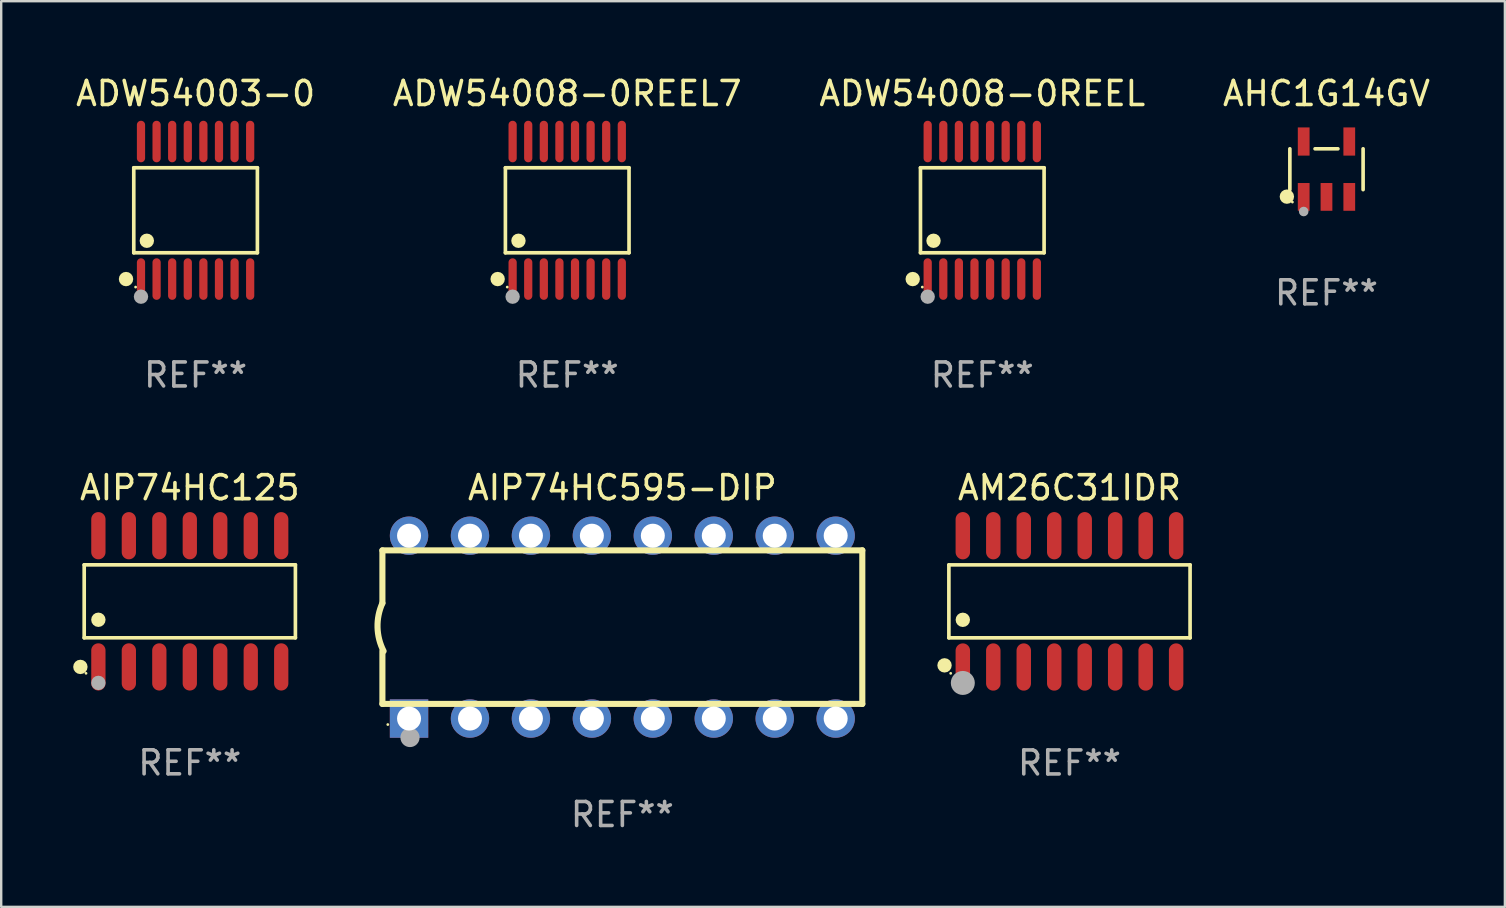
<source format=kicad_pcb>
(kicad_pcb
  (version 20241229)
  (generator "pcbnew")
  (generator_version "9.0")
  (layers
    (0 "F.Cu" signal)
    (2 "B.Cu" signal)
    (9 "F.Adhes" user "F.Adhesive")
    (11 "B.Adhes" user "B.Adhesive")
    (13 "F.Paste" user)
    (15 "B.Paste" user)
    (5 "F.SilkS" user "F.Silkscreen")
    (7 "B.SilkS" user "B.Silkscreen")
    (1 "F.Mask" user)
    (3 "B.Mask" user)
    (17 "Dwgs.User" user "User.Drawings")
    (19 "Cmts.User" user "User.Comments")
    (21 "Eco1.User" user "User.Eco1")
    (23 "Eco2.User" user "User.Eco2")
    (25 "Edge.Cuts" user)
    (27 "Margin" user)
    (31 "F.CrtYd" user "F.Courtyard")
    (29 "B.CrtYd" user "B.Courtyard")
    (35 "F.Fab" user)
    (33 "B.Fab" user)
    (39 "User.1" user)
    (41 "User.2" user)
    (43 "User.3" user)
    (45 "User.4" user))
  (footprint "AHC1G14GV"
    (layer "F.Cu")
    (at 52.232 4.002)
    (property "Reference" "AHC1G14GV" (at 0 -3.154 0) (layer "F.SilkS") (effects (font (size 1 1) (thickness 0.15))))
    (attr through_hole)
    (fp_line (start -1.526 0.851) (end -1.526 -0.851) (stroke (width 0.152) (type solid)) (layer "F.SilkS"))
    (fp_line (start 0.476 -0.851) (end -0.476 -0.851) (stroke (width 0.152) (type solid)) (layer "F.SilkS"))
    (fp_line (start 1.526 0.851) (end 1.526 -0.851) (stroke (width 0.152) (type solid)) (layer "F.SilkS"))
    (fp_circle (center -1.651 1.143) (end -1.501 1.143) (stroke (width 0.3) (type solid)) (fill no) (layer "F.SilkS"))
    (fp_circle (center -1.42 1.37) (end -1.39 1.37) (stroke (width 0.06) (type solid)) (fill no) (layer "F.SilkS"))
    (fp_circle (center -0.95 1.763) (end -0.85 1.763) (stroke (width 0.2) (type solid)) (fill no) (layer "F.Fab"))
    (fp_text user "REF**" (at 0 5.154 0) (layer "F.Fab") (effects (font (size 1 1) (thickness 0.15))))
    (pad "1" smd rect (at -0.95 1.154) (size 0.49 1.157) (layers "F.Cu" "F.Mask" "F.Paste"))
    (pad "2" smd rect (at 0 1.154) (size 0.49 1.157) (layers "F.Cu" "F.Mask" "F.Paste"))
    (pad "3" smd rect (at 0.95 1.154) (size 0.49 1.157) (layers "F.Cu" "F.Mask" "F.Paste"))
    (pad "4" smd rect (at 0.95 -1.154) (size 0.49 1.175) (layers "F.Cu" "F.Mask" "F.Paste"))
    (pad "5" smd rect (at -0.95 -1.154) (size 0.49 1.175) (layers "F.Cu" "F.Mask" "F.Paste")))
  (footprint "AM26C31IDR"
    (layer "F.Cu")
    (at 41.521 22.012)
    (property "Reference" "AM26C31IDR" (at 0 -4.736 0) (layer "F.SilkS") (effects (font (size 1 1) (thickness 0.15))))
    (attr through_hole)
    (fp_line (start -5.026 -1.521) (end 5.026 -1.521) (stroke (width 0.152) (type solid)) (layer "F.SilkS"))
    (fp_line (start -5.026 1.521) (end -5.026 -1.521) (stroke (width 0.152) (type solid)) (layer "F.SilkS"))
    (fp_line (start 5.026 -1.521) (end 5.026 1.521) (stroke (width 0.152) (type solid)) (layer "F.SilkS"))
    (fp_line (start 5.026 1.521) (end -5.026 1.521) (stroke (width 0.152) (type solid)) (layer "F.SilkS"))
    (fp_circle (center -5.207 2.667) (end -5.057 2.667) (stroke (width 0.3) (type solid)) (fill no) (layer "F.SilkS"))
    (fp_circle (center -4.95 3) (end -4.92 3) (stroke (width 0.06) (type solid)) (fill no) (layer "F.SilkS"))
    (fp_circle (center -4.445 0.769) (end -4.295 0.769) (stroke (width 0.3) (type solid)) (fill no) (layer "F.SilkS"))
    (fp_circle (center -4.445 3.4) (end -4.195 3.4) (stroke (width 0.5) (type solid)) (fill no) (layer "F.Fab"))
    (fp_text user "REF**" (at 0 6.736 0) (layer "F.Fab") (effects (font (size 1 1) (thickness 0.15))))
    (pad "1" smd oval (at -4.445 2.736) (size 0.602 1.971) (layers "F.Cu" "F.Mask" "F.Paste"))
    (pad "2" smd oval (at -3.175 2.736) (size 0.602 1.971) (layers "F.Cu" "F.Mask" "F.Paste"))
    (pad "3" smd oval (at -1.905 2.736) (size 0.602 1.971) (layers "F.Cu" "F.Mask" "F.Paste"))
    (pad "4" smd oval (at -0.635 2.736) (size 0.602 1.971) (layers "F.Cu" "F.Mask" "F.Paste"))
    (pad "5" smd oval (at 0.635 2.736) (size 0.602 1.971) (layers "F.Cu" "F.Mask" "F.Paste"))
    (pad "6" smd oval (at 1.905 2.736) (size 0.602 1.971) (layers "F.Cu" "F.Mask" "F.Paste"))
    (pad "7" smd oval (at 3.175 2.736) (size 0.602 1.971) (layers "F.Cu" "F.Mask" "F.Paste"))
    (pad "8" smd oval (at 4.445 2.736) (size 0.602 1.971) (layers "F.Cu" "F.Mask" "F.Paste"))
    (pad "9" smd oval (at 4.445 -2.736) (size 0.602 1.971) (layers "F.Cu" "F.Mask" "F.Paste"))
    (pad "10" smd oval (at 3.175 -2.736) (size 0.602 1.971) (layers "F.Cu" "F.Mask" "F.Paste"))
    (pad "11" smd oval (at 1.905 -2.736) (size 0.602 1.971) (layers "F.Cu" "F.Mask" "F.Paste"))
    (pad "12" smd oval (at 0.635 -2.736) (size 0.602 1.971) (layers "F.Cu" "F.Mask" "F.Paste"))
    (pad "13" smd oval (at -0.635 -2.736) (size 0.602 1.971) (layers "F.Cu" "F.Mask" "F.Paste"))
    (pad "14" smd oval (at -1.905 -2.736) (size 0.602 1.971) (layers "F.Cu" "F.Mask" "F.Paste"))
    (pad "15" smd oval (at -3.175 -2.736) (size 0.602 1.971) (layers "F.Cu" "F.Mask" "F.Paste"))
    (pad "16" smd oval (at -4.445 -2.736) (size 0.602 1.971) (layers "F.Cu" "F.Mask" "F.Paste")))
  (footprint "ADW54003-0"
    (layer "F.Cu")
    (at 5.101 5.714)
    (property "Reference" "ADW54003-0" (at 0 -4.866 0) (layer "F.SilkS") (effects (font (size 1 1) (thickness 0.15))))
    (attr through_hole)
    (fp_line (start -2.576 -1.772) (end 2.576 -1.772) (stroke (width 0.152) (type solid)) (layer "F.SilkS"))
    (fp_line (start -2.576 1.771) (end -2.576 -1.772) (stroke (width 0.152) (type solid)) (layer "F.SilkS"))
    (fp_line (start 2.576 -1.772) (end 2.576 1.771) (stroke (width 0.152) (type solid)) (layer "F.SilkS"))
    (fp_line (start 2.576 1.771) (end -2.576 1.771) (stroke (width 0.152) (type solid)) (layer "F.SilkS"))
    (fp_circle (center -2.899 2.866) (end -2.749 2.866) (stroke (width 0.3) (type solid)) (fill no) (layer "F.SilkS"))
    (fp_circle (center -2.5 3.2) (end -2.47 3.2) (stroke (width 0.06) (type solid)) (fill no) (layer "F.SilkS"))
    (fp_circle (center -2.032 1.27) (end -1.882 1.27) (stroke (width 0.3) (type solid)) (fill no) (layer "F.SilkS"))
    (fp_circle (center -2.275 3.6) (end -2.125 3.6) (stroke (width 0.3) (type solid)) (fill no) (layer "F.Fab"))
    (fp_text user "REF**" (at 0 6.866 0) (layer "F.Fab") (effects (font (size 1 1) (thickness 0.15))))
    (pad "1" smd oval (at -2.275 2.866) (size 0.343 1.731) (layers "F.Cu" "F.Mask" "F.Paste"))
    (pad "2" smd oval (at -1.625 2.866) (size 0.343 1.731) (layers "F.Cu" "F.Mask" "F.Paste"))
    (pad "3" smd oval (at -0.975 2.866) (size 0.343 1.731) (layers "F.Cu" "F.Mask" "F.Paste"))
    (pad "4" smd oval (at -0.325 2.866) (size 0.343 1.731) (layers "F.Cu" "F.Mask" "F.Paste"))
    (pad "5" smd oval (at 0.325 2.866) (size 0.343 1.731) (layers "F.Cu" "F.Mask" "F.Paste"))
    (pad "6" smd oval (at 0.975 2.866) (size 0.343 1.731) (layers "F.Cu" "F.Mask" "F.Paste"))
    (pad "7" smd oval (at 1.625 2.866) (size 0.343 1.731) (layers "F.Cu" "F.Mask" "F.Paste"))
    (pad "8" smd oval (at 2.275 2.866) (size 0.343 1.731) (layers "F.Cu" "F.Mask" "F.Paste"))
    (pad "9" smd oval (at 2.275 -2.866) (size 0.343 1.731) (layers "F.Cu" "F.Mask" "F.Paste"))
    (pad "10" smd oval (at 1.625 -2.866) (size 0.343 1.731) (layers "F.Cu" "F.Mask" "F.Paste"))
    (pad "11" smd oval (at 0.975 -2.866) (size 0.343 1.731) (layers "F.Cu" "F.Mask" "F.Paste"))
    (pad "12" smd oval (at 0.325 -2.866) (size 0.343 1.731) (layers "F.Cu" "F.Mask" "F.Paste"))
    (pad "13" smd oval (at -0.325 -2.866) (size 0.343 1.731) (layers "F.Cu" "F.Mask" "F.Paste"))
    (pad "14" smd oval (at -0.975 -2.866) (size 0.343 1.731) (layers "F.Cu" "F.Mask" "F.Paste"))
    (pad "15" smd oval (at -1.625 -2.866) (size 0.343 1.731) (layers "F.Cu" "F.Mask" "F.Paste"))
    (pad "16" smd oval (at -2.275 -2.866) (size 0.343 1.731) (layers "F.Cu" "F.Mask" "F.Paste")))
  (footprint "ADW54008-0REEL7"
    (layer "F.Cu")
    (at 20.589 5.714)
    (property "Reference" "ADW54008-0REEL7" (at 0 -4.866 0) (layer "F.SilkS") (effects (font (size 1 1) (thickness 0.15))))
    (attr through_hole)
    (fp_line (start -2.576 -1.772) (end 2.576 -1.772) (stroke (width 0.152) (type solid)) (layer "F.SilkS"))
    (fp_line (start -2.576 1.771) (end -2.576 -1.772) (stroke (width 0.152) (type solid)) (layer "F.SilkS"))
    (fp_line (start 2.576 -1.772) (end 2.576 1.771) (stroke (width 0.152) (type solid)) (layer "F.SilkS"))
    (fp_line (start 2.576 1.771) (end -2.576 1.771) (stroke (width 0.152) (type solid)) (layer "F.SilkS"))
    (fp_circle (center -2.899 2.866) (end -2.749 2.866) (stroke (width 0.3) (type solid)) (fill no) (layer "F.SilkS"))
    (fp_circle (center -2.5 3.2) (end -2.47 3.2) (stroke (width 0.06) (type solid)) (fill no) (layer "F.SilkS"))
    (fp_circle (center -2.032 1.27) (end -1.882 1.27) (stroke (width 0.3) (type solid)) (fill no) (layer "F.SilkS"))
    (fp_circle (center -2.275 3.6) (end -2.125 3.6) (stroke (width 0.3) (type solid)) (fill no) (layer "F.Fab"))
    (fp_text user "REF**" (at 0 6.866 0) (layer "F.Fab") (effects (font (size 1 1) (thickness 0.15))))
    (pad "1" smd oval (at -2.275 2.866) (size 0.343 1.731) (layers "F.Cu" "F.Mask" "F.Paste"))
    (pad "2" smd oval (at -1.625 2.866) (size 0.343 1.731) (layers "F.Cu" "F.Mask" "F.Paste"))
    (pad "3" smd oval (at -0.975 2.866) (size 0.343 1.731) (layers "F.Cu" "F.Mask" "F.Paste"))
    (pad "4" smd oval (at -0.325 2.866) (size 0.343 1.731) (layers "F.Cu" "F.Mask" "F.Paste"))
    (pad "5" smd oval (at 0.325 2.866) (size 0.343 1.731) (layers "F.Cu" "F.Mask" "F.Paste"))
    (pad "6" smd oval (at 0.975 2.866) (size 0.343 1.731) (layers "F.Cu" "F.Mask" "F.Paste"))
    (pad "7" smd oval (at 1.625 2.866) (size 0.343 1.731) (layers "F.Cu" "F.Mask" "F.Paste"))
    (pad "8" smd oval (at 2.275 2.866) (size 0.343 1.731) (layers "F.Cu" "F.Mask" "F.Paste"))
    (pad "9" smd oval (at 2.275 -2.866) (size 0.343 1.731) (layers "F.Cu" "F.Mask" "F.Paste"))
    (pad "10" smd oval (at 1.625 -2.866) (size 0.343 1.731) (layers "F.Cu" "F.Mask" "F.Paste"))
    (pad "11" smd oval (at 0.975 -2.866) (size 0.343 1.731) (layers "F.Cu" "F.Mask" "F.Paste"))
    (pad "12" smd oval (at 0.325 -2.866) (size 0.343 1.731) (layers "F.Cu" "F.Mask" "F.Paste"))
    (pad "13" smd oval (at -0.325 -2.866) (size 0.343 1.731) (layers "F.Cu" "F.Mask" "F.Paste"))
    (pad "14" smd oval (at -0.975 -2.866) (size 0.343 1.731) (layers "F.Cu" "F.Mask" "F.Paste"))
    (pad "15" smd oval (at -1.625 -2.866) (size 0.343 1.731) (layers "F.Cu" "F.Mask" "F.Paste"))
    (pad "16" smd oval (at -2.275 -2.866) (size 0.343 1.731) (layers "F.Cu" "F.Mask" "F.Paste")))
  (footprint "AIP74HC595-DIP"
    (layer "F.Cu")
    (at 22.887 23.086)
    (property "Reference" "AIP74HC595-DIP" (at 0 -5.81 0) (layer "F.SilkS") (effects (font (size 1 1) (thickness 0.15))))
    (attr through_hole)
    (fp_line (start -10 -0.998) (end -10 -3.198) (stroke (width 0.254) (type solid)) (layer "F.SilkS"))
    (fp_line (start -10 3.2) (end -10 1) (stroke (width 0.254) (type solid)) (layer "F.SilkS"))
    (fp_line (start 10 -3.2) (end -10 -3.2) (stroke (width 0.254) (type solid)) (layer "F.SilkS"))
    (fp_line (start 10 3.2) (end -10 3.2) (stroke (width 0.254) (type solid)) (layer "F.SilkS"))
    (fp_line (start 10 3.2) (end 10 -3.2) (stroke (width 0.254) (type solid)) (layer "F.SilkS"))
    (fp_arc (start -9.949975 0.999974) (mid -10.203153 0.005693) (end -9.999987 -1) (stroke (width 0.254001) (type solid)) (layer "F.SilkS"))
    (fp_circle (center -9.775 4.06) (end -9.745 4.06) (stroke (width 0.06) (type solid)) (fill no) (layer "F.SilkS"))
    (fp_circle (center -8.85 4.6) (end -8.65 4.6) (stroke (width 0.4) (type solid)) (fill no) (layer "F.Fab"))
    (fp_text user "REF**" (at 0 7.81 0) (layer "F.Fab") (effects (font (size 1 1) (thickness 0.15))))
    (pad "1" thru_hole rect (at -8.89 3.81 90) (size 1.6 1.6) (drill 1) (layers "*.Cu" "*.Mask"))
    (pad "2" thru_hole circle (at -6.35 3.81) (size 1.6 1.6) (drill 1) (layers "*.Cu" "*.Mask"))
    (pad "3" thru_hole circle (at -3.81 3.81) (size 1.6 1.6) (drill 1) (layers "*.Cu" "*.Mask"))
    (pad "4" thru_hole circle (at -1.27 3.81) (size 1.6 1.6) (drill 1) (layers "*.Cu" "*.Mask"))
    (pad "5" thru_hole circle (at 1.27 3.81) (size 1.6 1.6) (drill 1) (layers "*.Cu" "*.Mask"))
    (pad "6" thru_hole circle (at 3.81 3.81) (size 1.6 1.6) (drill 1) (layers "*.Cu" "*.Mask"))
    (pad "7" thru_hole circle (at 6.35 3.81) (size 1.6 1.6) (drill 1) (layers "*.Cu" "*.Mask"))
    (pad "8" thru_hole circle (at 8.89 3.81) (size 1.6 1.6) (drill 1) (layers "*.Cu" "*.Mask"))
    (pad "9" thru_hole circle (at 8.89 -3.81) (size 1.6 1.6) (drill 1) (layers "*.Cu" "*.Mask"))
    (pad "10" thru_hole circle (at 6.35 -3.81) (size 1.6 1.6) (drill 1) (layers "*.Cu" "*.Mask"))
    (pad "11" thru_hole circle (at 3.81 -3.81) (size 1.6 1.6) (drill 1) (layers "*.Cu" "*.Mask"))
    (pad "12" thru_hole circle (at 1.27 -3.81) (size 1.6 1.6) (drill 1) (layers "*.Cu" "*.Mask"))
    (pad "13" thru_hole circle (at -1.27 -3.81) (size 1.6 1.6) (drill 1) (layers "*.Cu" "*.Mask"))
    (pad "14" thru_hole circle (at -3.81 -3.81) (size 1.6 1.6) (drill 1) (layers "*.Cu" "*.Mask"))
    (pad "15" thru_hole circle (at -6.35 -3.81) (size 1.6 1.6) (drill 1) (layers "*.Cu" "*.Mask"))
    (pad "16" thru_hole circle (at -8.89 -3.81) (size 1.6 1.6) (drill 1) (layers "*.Cu" "*.Mask")))
  (footprint "AIP74HC125"
    (layer "F.Cu")
    (at 4.86 22.01)
    (property "Reference" "AIP74HC125" (at 0 -4.734 0) (layer "F.SilkS") (effects (font (size 1 1) (thickness 0.15))))
    (attr through_hole)
    (fp_line (start -4.401 -1.521) (end 4.401 -1.521) (stroke (width 0.152) (type solid)) (layer "F.SilkS"))
    (fp_line (start -4.401 1.521) (end -4.401 -1.521) (stroke (width 0.152) (type solid)) (layer "F.SilkS"))
    (fp_line (start 4.401 -1.521) (end 4.401 1.521) (stroke (width 0.152) (type solid)) (layer "F.SilkS"))
    (fp_line (start 4.401 1.521) (end -4.401 1.521) (stroke (width 0.152) (type solid)) (layer "F.SilkS"))
    (fp_circle (center -4.56 2.734) (end -4.41 2.734) (stroke (width 0.3) (type solid)) (fill no) (layer "F.SilkS"))
    (fp_circle (center -4.325 3) (end -4.295 3) (stroke (width 0.06) (type solid)) (fill no) (layer "F.SilkS"))
    (fp_circle (center -3.81 0.769) (end -3.66 0.769) (stroke (width 0.3) (type solid)) (fill no) (layer "F.SilkS"))
    (fp_circle (center -3.81 3.4) (end -3.66 3.4) (stroke (width 0.3) (type solid)) (fill no) (layer "F.Fab"))
    (fp_text user "REF**" (at 0 6.734 0) (layer "F.Fab") (effects (font (size 1 1) (thickness 0.15))))
    (pad "1" smd oval (at -3.81 2.734) (size 0.595 1.968) (layers "F.Cu" "F.Mask" "F.Paste"))
    (pad "2" smd oval (at -2.54 2.734) (size 0.595 1.968) (layers "F.Cu" "F.Mask" "F.Paste"))
    (pad "3" smd oval (at -1.27 2.734) (size 0.595 1.968) (layers "F.Cu" "F.Mask" "F.Paste"))
    (pad "4" smd oval (at 0 2.734) (size 0.595 1.968) (layers "F.Cu" "F.Mask" "F.Paste"))
    (pad "5" smd oval (at 1.27 2.734) (size 0.595 1.968) (layers "F.Cu" "F.Mask" "F.Paste"))
    (pad "6" smd oval (at 2.54 2.734) (size 0.595 1.968) (layers "F.Cu" "F.Mask" "F.Paste"))
    (pad "7" smd oval (at 3.81 2.734) (size 0.595 1.968) (layers "F.Cu" "F.Mask" "F.Paste"))
    (pad "8" smd oval (at 3.81 -2.734) (size 0.595 1.968) (layers "F.Cu" "F.Mask" "F.Paste"))
    (pad "9" smd oval (at 2.54 -2.734) (size 0.595 1.968) (layers "F.Cu" "F.Mask" "F.Paste"))
    (pad "10" smd oval (at 1.27 -2.734) (size 0.595 1.968) (layers "F.Cu" "F.Mask" "F.Paste"))
    (pad "11" smd oval (at 0 -2.734) (size 0.595 1.968) (layers "F.Cu" "F.Mask" "F.Paste"))
    (pad "12" smd oval (at -1.27 -2.734) (size 0.595 1.968) (layers "F.Cu" "F.Mask" "F.Paste"))
    (pad "13" smd oval (at -2.54 -2.734) (size 0.595 1.968) (layers "F.Cu" "F.Mask" "F.Paste"))
    (pad "14" smd oval (at -3.81 -2.734) (size 0.595 1.968) (layers "F.Cu" "F.Mask" "F.Paste")))
  (footprint "ADW54008-0REEL"
    (layer "F.Cu")
    (at 37.887 5.714)
    (property "Reference" "ADW54008-0REEL" (at 0 -4.866 0) (layer "F.SilkS") (effects (font (size 1 1) (thickness 0.15))))
    (attr through_hole)
    (fp_line (start -2.576 -1.772) (end 2.576 -1.772) (stroke (width 0.152) (type solid)) (layer "F.SilkS"))
    (fp_line (start -2.576 1.771) (end -2.576 -1.772) (stroke (width 0.152) (type solid)) (layer "F.SilkS"))
    (fp_line (start 2.576 -1.772) (end 2.576 1.771) (stroke (width 0.152) (type solid)) (layer "F.SilkS"))
    (fp_line (start 2.576 1.771) (end -2.576 1.771) (stroke (width 0.152) (type solid)) (layer "F.SilkS"))
    (fp_circle (center -2.899 2.866) (end -2.749 2.866) (stroke (width 0.3) (type solid)) (fill no) (layer "F.SilkS"))
    (fp_circle (center -2.5 3.2) (end -2.47 3.2) (stroke (width 0.06) (type solid)) (fill no) (layer "F.SilkS"))
    (fp_circle (center -2.032 1.27) (end -1.882 1.27) (stroke (width 0.3) (type solid)) (fill no) (layer "F.SilkS"))
    (fp_circle (center -2.275 3.6) (end -2.125 3.6) (stroke (width 0.3) (type solid)) (fill no) (layer "F.Fab"))
    (fp_text user "REF**" (at 0 6.866 0) (layer "F.Fab") (effects (font (size 1 1) (thickness 0.15))))
    (pad "1" smd oval (at -2.275 2.866) (size 0.343 1.731) (layers "F.Cu" "F.Mask" "F.Paste"))
    (pad "2" smd oval (at -1.625 2.866) (size 0.343 1.731) (layers "F.Cu" "F.Mask" "F.Paste"))
    (pad "3" smd oval (at -0.975 2.866) (size 0.343 1.731) (layers "F.Cu" "F.Mask" "F.Paste"))
    (pad "4" smd oval (at -0.325 2.866) (size 0.343 1.731) (layers "F.Cu" "F.Mask" "F.Paste"))
    (pad "5" smd oval (at 0.325 2.866) (size 0.343 1.731) (layers "F.Cu" "F.Mask" "F.Paste"))
    (pad "6" smd oval (at 0.975 2.866) (size 0.343 1.731) (layers "F.Cu" "F.Mask" "F.Paste"))
    (pad "7" smd oval (at 1.625 2.866) (size 0.343 1.731) (layers "F.Cu" "F.Mask" "F.Paste"))
    (pad "8" smd oval (at 2.275 2.866) (size 0.343 1.731) (layers "F.Cu" "F.Mask" "F.Paste"))
    (pad "9" smd oval (at 2.275 -2.866) (size 0.343 1.731) (layers "F.Cu" "F.Mask" "F.Paste"))
    (pad "10" smd oval (at 1.625 -2.866) (size 0.343 1.731) (layers "F.Cu" "F.Mask" "F.Paste"))
    (pad "11" smd oval (at 0.975 -2.866) (size 0.343 1.731) (layers "F.Cu" "F.Mask" "F.Paste"))
    (pad "12" smd oval (at 0.325 -2.866) (size 0.343 1.731) (layers "F.Cu" "F.Mask" "F.Paste"))
    (pad "13" smd oval (at -0.325 -2.866) (size 0.343 1.731) (layers "F.Cu" "F.Mask" "F.Paste"))
    (pad "14" smd oval (at -0.975 -2.866) (size 0.343 1.731) (layers "F.Cu" "F.Mask" "F.Paste"))
    (pad "15" smd oval (at -1.625 -2.866) (size 0.343 1.731) (layers "F.Cu" "F.Mask" "F.Paste"))
    (pad "16" smd oval (at -2.275 -2.866) (size 0.343 1.731) (layers "F.Cu" "F.Mask" "F.Paste")))
  (gr_rect
    (start -3 -3)
    (end 59.667 34.745)
    (stroke (width 0.1) (type default))
    (fill no)
    (layer "Edge.Cuts")))
</source>
